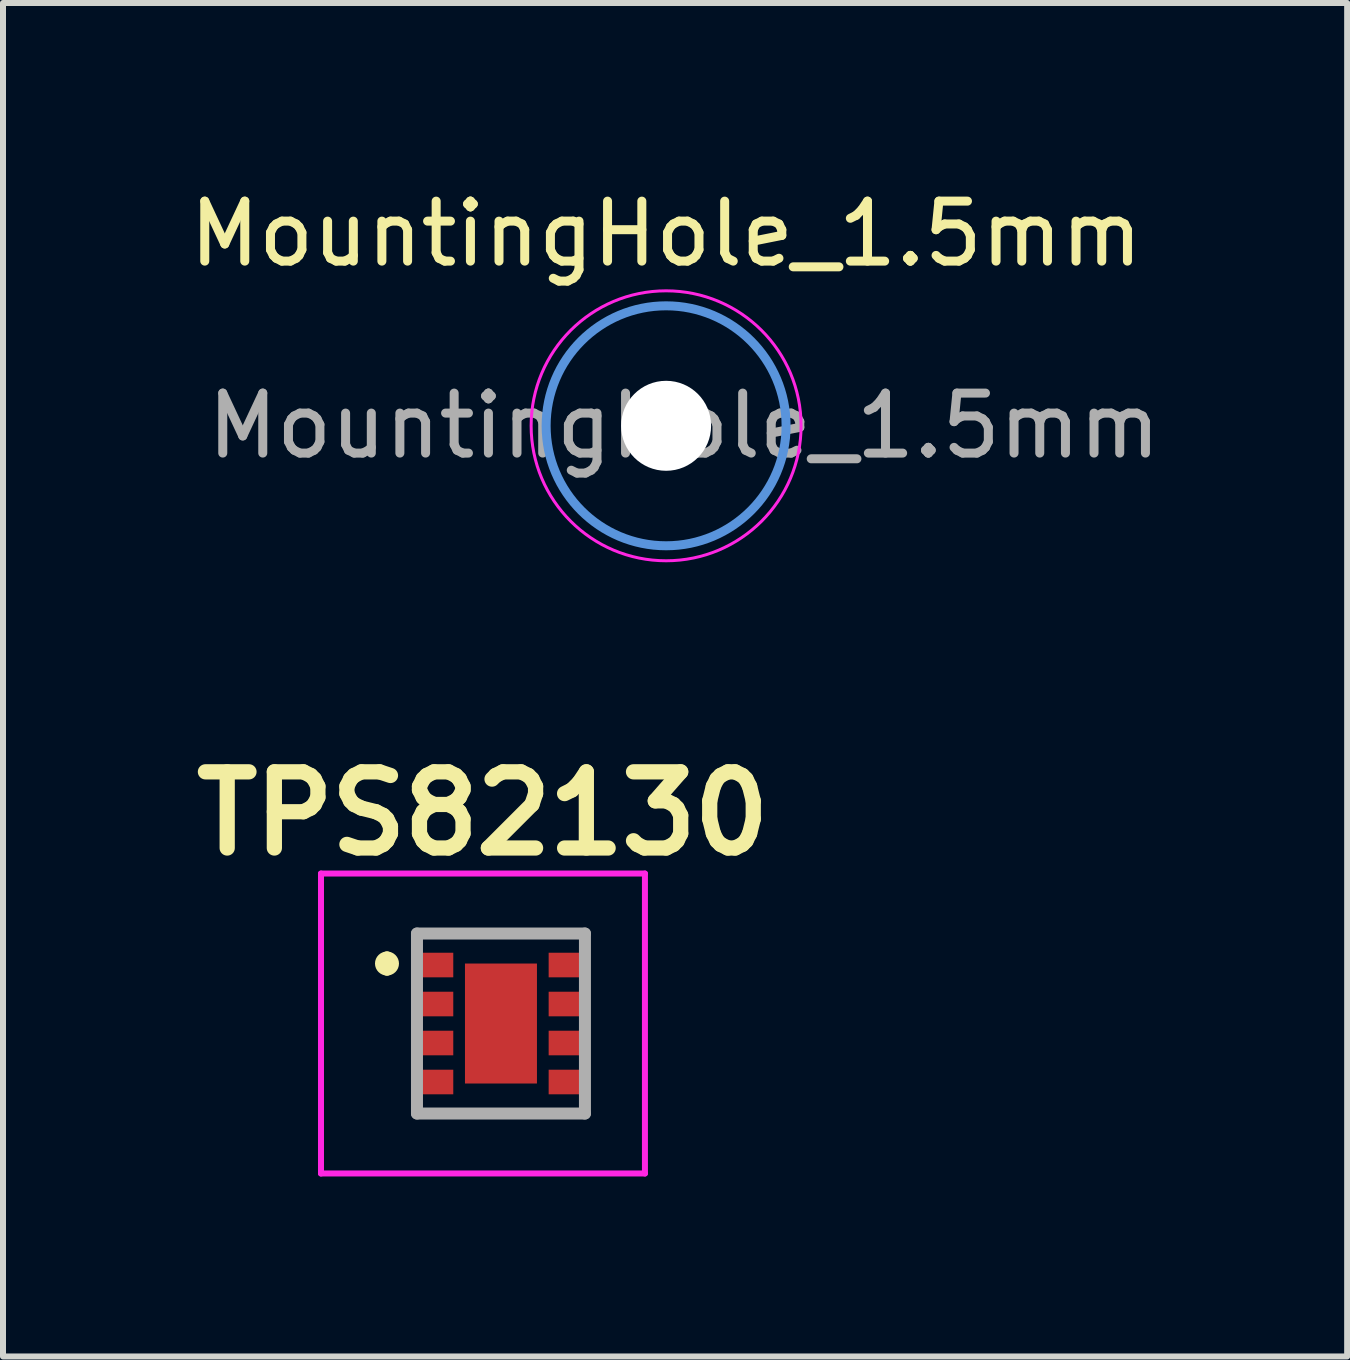
<source format=kicad_pcb>
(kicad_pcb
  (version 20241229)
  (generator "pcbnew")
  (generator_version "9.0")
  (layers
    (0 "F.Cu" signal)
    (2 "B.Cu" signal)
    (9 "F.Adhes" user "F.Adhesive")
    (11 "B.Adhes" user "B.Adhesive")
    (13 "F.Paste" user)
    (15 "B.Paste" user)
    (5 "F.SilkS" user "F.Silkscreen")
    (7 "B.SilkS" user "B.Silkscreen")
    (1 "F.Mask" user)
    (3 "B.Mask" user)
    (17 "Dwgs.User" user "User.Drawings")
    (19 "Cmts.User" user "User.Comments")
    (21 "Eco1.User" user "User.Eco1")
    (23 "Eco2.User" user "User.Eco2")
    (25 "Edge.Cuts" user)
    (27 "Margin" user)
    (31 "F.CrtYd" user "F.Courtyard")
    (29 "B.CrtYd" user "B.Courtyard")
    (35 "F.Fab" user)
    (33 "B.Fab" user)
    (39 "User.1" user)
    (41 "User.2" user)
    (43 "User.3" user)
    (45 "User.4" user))
  (footprint "MountingHole_1.5mm"
    (layer "F.Cu")
    (at 8.054 4.048)
    (property "Reference" "MountingHole_1.5mm" (at 0 -3.2 0) (layer "F.SilkS") (effects (font (size 1 1) (thickness 0.15))))
    (attr exclude_from_pos_files exclude_from_bom)
    (fp_circle (center 0 0) (end 2 0) (stroke (width 0.15) (type solid)) (fill no) (layer "Cmts.User"))
    (fp_circle (center 0 0) (end 2.25 0) (stroke (width 0.05) (type solid)) (fill no) (layer "F.CrtYd"))
    (fp_text user "${REFERENCE}" (at 0.3 0 0) (layer "F.Fab") (effects (font (size 1 1) (thickness 0.15))))
    (pad "" np_thru_hole circle (at 0 0) (size 1.5 1.5) (drill 1.5) (layers "*.Cu" "*.Mask")))
  (footprint "TPS82130"
    (layer "F.Cu")
    (at 5.301 14.012)
    (property "Reference" "TPS82130" (at -0.3 -3.5 0) (layer "F.SilkS") (effects (font (size 1.27 1.27) (thickness 0.254))))
    (attr smd)
    (fp_line (start -1.9 -1.1) (end -1.9 -1.1) (stroke (width 0.2) (type solid)) (layer "F.SilkS"))
    (fp_line (start -1.9 -0.9) (end -1.9 -0.9) (stroke (width 0.2) (type solid)) (layer "F.SilkS"))
    (fp_line (start -1.4 -1.5) (end 1.4 -1.5) (stroke (width 0.1) (type solid)) (layer "F.SilkS"))
    (fp_line (start -1.4 1.5) (end 1.4 1.5) (stroke (width 0.1) (type solid)) (layer "F.SilkS"))
    (fp_arc (start -1.9 -1.1) (mid -1.8 -1) (end -1.9 -0.9) (stroke (width 0.2) (type solid)) (layer "F.SilkS"))
    (fp_arc (start -1.9 -0.9) (mid -2 -1) (end -1.9 -1.1) (stroke (width 0.2) (type solid)) (layer "F.SilkS"))
    (fp_line (start -3 -2.5) (end 2.4 -2.5) (stroke (width 0.1) (type solid)) (layer "F.CrtYd"))
    (fp_line (start -3 2.5) (end -3 -2.5) (stroke (width 0.1) (type solid)) (layer "F.CrtYd"))
    (fp_line (start 2.4 -2.5) (end 2.4 2.5) (stroke (width 0.1) (type solid)) (layer "F.CrtYd"))
    (fp_line (start 2.4 2.5) (end -3 2.5) (stroke (width 0.1) (type solid)) (layer "F.CrtYd"))
    (fp_line (start -1.4 -1.5) (end 1.4 -1.5) (stroke (width 0.2) (type solid)) (layer "F.Fab"))
    (fp_line (start -1.4 1.5) (end -1.4 -1.5) (stroke (width 0.2) (type solid)) (layer "F.Fab"))
    (fp_line (start 1.4 -1.5) (end 1.4 1.5) (stroke (width 0.2) (type solid)) (layer "F.Fab"))
    (fp_line (start 1.4 1.5) (end -1.4 1.5) (stroke (width 0.2) (type solid)) (layer "F.Fab"))
    (pad "1" smd rect (at -1.05 -0.975 90) (size 0.41 0.51) (layers "F.Cu" "F.Mask" "F.Paste"))
    (pad "2" smd rect (at -1.05 -0.325 90) (size 0.41 0.51) (layers "F.Cu" "F.Mask" "F.Paste"))
    (pad "3" smd rect (at -1.05 0.325 90) (size 0.41 0.51) (layers "F.Cu" "F.Mask" "F.Paste"))
    (pad "4" smd rect (at -1.05 0.975 90) (size 0.41 0.51) (layers "F.Cu" "F.Mask" "F.Paste"))
    (pad "5" smd rect (at 1.05 0.975 90) (size 0.41 0.51) (layers "F.Cu" "F.Mask" "F.Paste"))
    (pad "6" smd rect (at 1.05 0.325 90) (size 0.41 0.51) (layers "F.Cu" "F.Mask" "F.Paste"))
    (pad "7" smd rect (at 1.05 -0.325 90) (size 0.41 0.51) (layers "F.Cu" "F.Mask" "F.Paste"))
    (pad "8" smd rect (at 1.05 -0.975 90) (size 0.41 0.51) (layers "F.Cu" "F.Mask" "F.Paste"))
    (pad "9" smd rect (at 0 0) (size 1.2 2) (layers "F.Cu" "F.Mask" "F.Paste")))
  (gr_rect
    (start -3 -3)
    (end 19.407 19.562)
    (stroke (width 0.1) (type default))
    (fill no)
    (layer "Edge.Cuts")))
</source>
